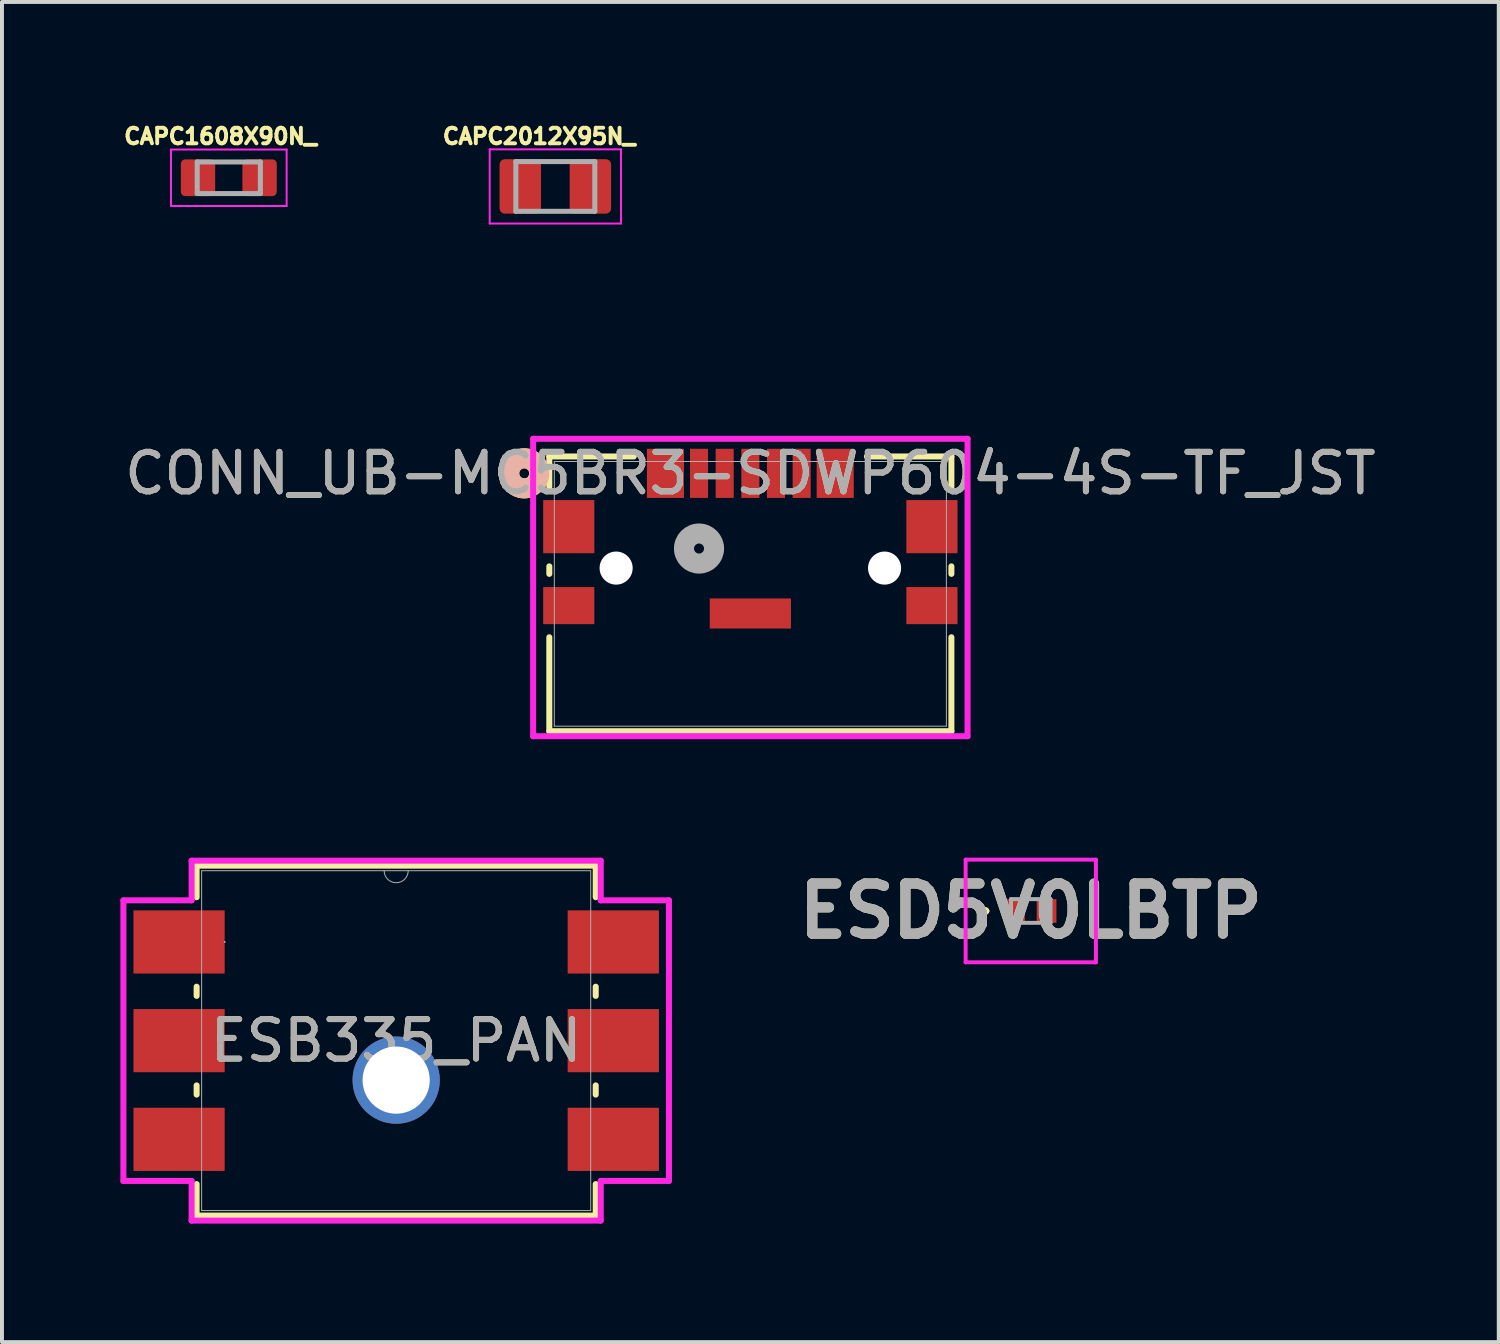
<source format=kicad_pcb>
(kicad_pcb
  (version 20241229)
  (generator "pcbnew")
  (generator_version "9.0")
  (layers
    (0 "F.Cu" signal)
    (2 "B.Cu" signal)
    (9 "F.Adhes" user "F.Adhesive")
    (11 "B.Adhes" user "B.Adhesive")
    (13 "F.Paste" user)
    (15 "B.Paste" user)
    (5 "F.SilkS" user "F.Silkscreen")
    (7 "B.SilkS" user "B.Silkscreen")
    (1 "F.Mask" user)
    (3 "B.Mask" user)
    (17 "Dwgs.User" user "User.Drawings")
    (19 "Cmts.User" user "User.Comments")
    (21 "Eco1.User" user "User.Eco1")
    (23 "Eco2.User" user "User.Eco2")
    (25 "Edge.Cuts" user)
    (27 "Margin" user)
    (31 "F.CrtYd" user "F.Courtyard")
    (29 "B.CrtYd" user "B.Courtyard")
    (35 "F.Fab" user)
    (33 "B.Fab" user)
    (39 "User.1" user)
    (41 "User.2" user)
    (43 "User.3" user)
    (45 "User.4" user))
  (footprint "ESB335_PAN"
    (layer "F.Cu")
    (at 6.986 23.312)
    (property "Reference" "ESB335_PAN" (at 0 0 0) (unlocked yes) (layer "F.SilkS") (effects (font (size 1 1) (thickness 0.15))))
    (attr smd)
    (fp_line (start -5.055 -4.432) (end -5.055 -3.633) (stroke (width 0.152) (type solid)) (layer "F.SilkS"))
    (fp_line (start -5.055 -1.367) (end -5.055 -1.133) (stroke (width 0.152) (type solid)) (layer "F.SilkS"))
    (fp_line (start -5.055 1.133) (end -5.055 1.367) (stroke (width 0.152) (type solid)) (layer "F.SilkS"))
    (fp_line (start -5.055 3.633) (end -5.055 4.432) (stroke (width 0.152) (type solid)) (layer "F.SilkS"))
    (fp_line (start -5.055 4.432) (end 5.055 4.432) (stroke (width 0.152) (type solid)) (layer "F.SilkS"))
    (fp_line (start 5.055 -4.432) (end -5.055 -4.432) (stroke (width 0.152) (type solid)) (layer "F.SilkS"))
    (fp_line (start 5.055 -3.633) (end 5.055 -4.432) (stroke (width 0.152) (type solid)) (layer "F.SilkS"))
    (fp_line (start 5.055 -1.133) (end 5.055 -1.367) (stroke (width 0.152) (type solid)) (layer "F.SilkS"))
    (fp_line (start 5.055 1.367) (end 5.055 1.133) (stroke (width 0.152) (type solid)) (layer "F.SilkS"))
    (fp_line (start 5.055 4.432) (end 5.055 3.633) (stroke (width 0.152) (type solid)) (layer "F.SilkS"))
    (fp_line (start -6.91 -3.554) (end -5.182 -3.554) (stroke (width 0.152) (type solid)) (layer "F.CrtYd"))
    (fp_line (start -6.91 3.554) (end -6.91 -3.554) (stroke (width 0.152) (type solid)) (layer "F.CrtYd"))
    (fp_line (start -6.91 3.554) (end -5.182 3.554) (stroke (width 0.152) (type solid)) (layer "F.CrtYd"))
    (fp_line (start -5.182 -4.559) (end 5.182 -4.559) (stroke (width 0.152) (type solid)) (layer "F.CrtYd"))
    (fp_line (start -5.182 -3.554) (end -5.182 -4.559) (stroke (width 0.152) (type solid)) (layer "F.CrtYd"))
    (fp_line (start -5.182 4.559) (end -5.182 3.554) (stroke (width 0.152) (type solid)) (layer "F.CrtYd"))
    (fp_line (start 5.182 -4.559) (end 5.182 -3.554) (stroke (width 0.152) (type solid)) (layer "F.CrtYd"))
    (fp_line (start 5.182 3.554) (end 5.182 4.559) (stroke (width 0.152) (type solid)) (layer "F.CrtYd"))
    (fp_line (start 5.182 4.559) (end -5.182 4.559) (stroke (width 0.152) (type solid)) (layer "F.CrtYd"))
    (fp_line (start 6.91 -3.554) (end 5.182 -3.554) (stroke (width 0.152) (type solid)) (layer "F.CrtYd"))
    (fp_line (start 6.91 -3.554) (end 6.91 3.554) (stroke (width 0.152) (type solid)) (layer "F.CrtYd"))
    (fp_line (start 6.91 3.554) (end 5.182 3.554) (stroke (width 0.152) (type solid)) (layer "F.CrtYd"))
    (fp_line (start -4.928 -4.305) (end -4.928 4.305) (stroke (width 0.025) (type solid)) (layer "F.Fab"))
    (fp_line (start -4.928 4.305) (end 4.928 4.305) (stroke (width 0.025) (type solid)) (layer "F.Fab"))
    (fp_line (start 4.928 -4.305) (end -4.928 -4.305) (stroke (width 0.025) (type solid)) (layer "F.Fab"))
    (fp_line (start 4.928 4.305) (end 4.928 -4.305) (stroke (width 0.025) (type solid)) (layer "F.Fab"))
    (fp_arc (start 0.3048 -4.3053) (mid 0 -4.0005) (end -0.3048 -4.3053) (stroke (width 0.0254) (type solid)) (layer "F.Fab"))
    (fp_circle (center -4.344 -2.5) (end -4.344 -2.5) (stroke (width 0.025) (type solid)) (fill no) (layer "F.Fab"))
    (fp_text user "${REFERENCE}" (at 0 0 0) (unlocked yes) (layer "F.Fab") (effects (font (size 1 1) (thickness 0.15))))
    (pad "1" smd rect (at -5.5 -2.5) (size 2.311 1.6) (layers "F.Cu" "F.Mask" "F.Paste"))
    (pad "2" smd rect (at -5.5 0) (size 2.311 1.6) (layers "F.Cu" "F.Mask" "F.Paste"))
    (pad "3" smd rect (at -5.5 2.5) (size 2.311 1.6) (layers "F.Cu" "F.Mask" "F.Paste"))
    (pad "4" smd rect (at 5.5 2.5) (size 2.311 1.6) (layers "F.Cu" "F.Mask" "F.Paste"))
    (pad "5" smd rect (at 5.5 0) (size 2.311 1.6) (layers "F.Cu" "F.Mask" "F.Paste"))
    (pad "6" smd rect (at 5.5 -2.5) (size 2.311 1.6) (layers "F.Cu" "F.Mask" "F.Paste"))
    (pad "7" thru_hole circle (at 0 1) (size 2.21 2.21) (drill 1.702) (layers "*.Cu" "*.Mask")))
  (footprint "CAPC1608X90N_"
    (layer "F.Cu")
    (at 2.746 1.453)
    (property "Reference" "CAPC1608X90N_" (at -0.21 -1.05 0) (layer "F.SilkS") (effects (font (size 0.394 0.394) (thickness 0.15))))
    (attr smd)
    (fp_line (start -1.465 -0.715) (end 1.465 -0.715) (stroke (width 0.05) (type solid)) (layer "F.CrtYd"))
    (fp_line (start -1.465 0.715) (end -1.465 -0.715) (stroke (width 0.05) (type solid)) (layer "F.CrtYd"))
    (fp_line (start -1.465 0.715) (end 1.465 0.715) (stroke (width 0.05) (type solid)) (layer "F.CrtYd"))
    (fp_line (start 1.465 0.715) (end 1.465 -0.715) (stroke (width 0.05) (type solid)) (layer "F.CrtYd"))
    (fp_line (start -0.8 0.4) (end -0.8 -0.4) (stroke (width 0.127) (type solid)) (layer "F.Fab"))
    (fp_line (start 0.8 -0.4) (end -0.8 -0.4) (stroke (width 0.127) (type solid)) (layer "F.Fab"))
    (fp_line (start 0.8 0.4) (end -0.8 0.4) (stroke (width 0.127) (type solid)) (layer "F.Fab"))
    (fp_line (start 0.8 0.4) (end 0.8 -0.4) (stroke (width 0.127) (type solid)) (layer "F.Fab"))
    (pad "1" smd roundrect (at -0.78 0) (size 0.87 0.93) (layers "F.Cu" "F.Mask" "F.Paste") (roundrect_rratio 0.125))
    (pad "2" smd roundrect (at 0.78 0) (size 0.87 0.93) (layers "F.Cu" "F.Mask" "F.Paste") (roundrect_rratio 0.125)))
  (footprint "ESD5V0LBTP"
    (layer "F.Cu")
    (at 23.062 20.027)
    (property "Reference" "ESD5V0LBTP" (at 0 0 0) (layer "F.SilkS") (effects (font (size 1.27 1.27) (thickness 0.254))))
    (attr smd)
    (fp_line (start -1.2 0) (end -1.2 0) (stroke (width 0.1) (type solid)) (layer "F.SilkS"))
    (fp_line (start -1.1 0) (end -1.1 0) (stroke (width 0.1) (type solid)) (layer "F.SilkS"))
    (fp_arc (start -1.2 0) (mid -1.15 -0.05) (end -1.1 0) (stroke (width 0.1) (type solid)) (layer "F.SilkS"))
    (fp_arc (start -1.1 0) (mid -1.15 0.05) (end -1.2 0) (stroke (width 0.1) (type solid)) (layer "F.SilkS"))
    (fp_line (start -1.65 -1.3) (end 1.65 -1.3) (stroke (width 0.1) (type solid)) (layer "F.CrtYd"))
    (fp_line (start -1.65 1.3) (end -1.65 -1.3) (stroke (width 0.1) (type solid)) (layer "F.CrtYd"))
    (fp_line (start 1.65 -1.3) (end 1.65 1.3) (stroke (width 0.1) (type solid)) (layer "F.CrtYd"))
    (fp_line (start 1.65 1.3) (end -1.65 1.3) (stroke (width 0.1) (type solid)) (layer "F.CrtYd"))
    (fp_line (start -0.5 -0.3) (end -0.5 0.3) (stroke (width 0.1) (type solid)) (layer "F.Fab"))
    (fp_line (start -0.5 0.3) (end 0.5 0.3) (stroke (width 0.1) (type solid)) (layer "F.Fab"))
    (fp_line (start 0.5 -0.3) (end -0.5 -0.3) (stroke (width 0.1) (type solid)) (layer "F.Fab"))
    (fp_line (start 0.5 0.3) (end 0.5 -0.3) (stroke (width 0.1) (type solid)) (layer "F.Fab"))
    (fp_text user "${REFERENCE}" (at 0 0 0) (layer "F.Fab") (effects (font (size 1.27 1.27) (thickness 0.254))))
    (pad "1" smd rect (at -0.4 0) (size 0.5 0.6) (layers "F.Cu" "F.Mask" "F.Paste"))
    (pad "2" smd rect (at 0.4 0) (size 0.5 0.6) (layers "F.Cu" "F.Mask" "F.Paste")))
  (footprint "CONN_UB-MC5BR3-SDWP604-4S-TF_JST"
    (layer "F.Cu")
    (at 15.958 5.888)
    (property "Reference" "CONN_UB-MC5BR3-SDWP604-4S-TF_JST" (at 0 3.053 0) (unlocked yes) (layer "F.SilkS") (effects (font (size 1 1) (thickness 0.15))))
    (attr smd)
    (fp_line (start -5.093 2.626) (end -5.093 3.397) (stroke (width 0.152) (type solid)) (layer "F.SilkS"))
    (fp_line (start -5.093 5.409) (end -5.093 5.6) (stroke (width 0.152) (type solid)) (layer "F.SilkS"))
    (fp_line (start -5.093 7.205) (end -5.093 9.585) (stroke (width 0.152) (type solid)) (layer "F.SilkS"))
    (fp_line (start -5.093 9.585) (end 5.093 9.585) (stroke (width 0.152) (type solid)) (layer "F.SilkS"))
    (fp_line (start -2.953 2.626) (end -5.093 2.626) (stroke (width 0.152) (type solid)) (layer "F.SilkS"))
    (fp_line (start 5.093 2.626) (end 2.953 2.626) (stroke (width 0.152) (type solid)) (layer "F.SilkS"))
    (fp_line (start 5.093 3.397) (end 5.093 2.626) (stroke (width 0.152) (type solid)) (layer "F.SilkS"))
    (fp_line (start 5.093 5.6) (end 5.093 5.409) (stroke (width 0.152) (type solid)) (layer "F.SilkS"))
    (fp_line (start 5.093 9.585) (end 5.093 7.205) (stroke (width 0.152) (type solid)) (layer "F.SilkS"))
    (fp_arc (start -5.65926 3.427603) (mid -6.020306 2.808787) (end -5.3467 3.052801) (stroke (width 0.508) (type solid)) (layer "F.SilkS"))
    (fp_arc (start -5.3467 3.052801) (mid -5.359397 3.150341) (end -5.396643 3.24138) (stroke (width 0.508) (type solid)) (layer "F.SilkS"))
    (fp_circle (center -5.728 3.053) (end -5.347 3.053) (stroke (width 0.508) (type solid)) (fill no) (layer "B.SilkS"))
    (fp_line (start -5.502 2.177) (end -5.502 9.712) (stroke (width 0.152) (type solid)) (layer "F.CrtYd"))
    (fp_line (start -5.502 9.712) (end 5.502 9.712) (stroke (width 0.152) (type solid)) (layer "F.CrtYd"))
    (fp_line (start 5.502 2.177) (end -5.502 2.177) (stroke (width 0.152) (type solid)) (layer "F.CrtYd"))
    (fp_line (start 5.502 9.712) (end 5.502 2.177) (stroke (width 0.152) (type solid)) (layer "F.CrtYd"))
    (fp_line (start -4.966 2.753) (end -4.966 9.458) (stroke (width 0.025) (type solid)) (layer "F.Fab"))
    (fp_line (start -4.966 9.458) (end 4.966 9.458) (stroke (width 0.025) (type solid)) (layer "F.Fab"))
    (fp_line (start 4.966 2.753) (end -4.966 2.753) (stroke (width 0.025) (type solid)) (layer "F.Fab"))
    (fp_line (start 4.966 9.458) (end 4.966 2.753) (stroke (width 0.025) (type solid)) (layer "F.Fab"))
    (fp_circle (center -1.3 4.958) (end -0.919 4.958) (stroke (width 0.508) (type solid)) (fill no) (layer "F.Fab"))
    (fp_text user "${REFERENCE}" (at 0 3.053 0) (unlocked yes) (layer "F.Fab") (effects (font (size 1 1) (thickness 0.15))))
    (pad "" np_thru_hole circle (at -3.4 5.453) (size 0.838 0.838) (drill 0.838) (layers "*.Cu" "*.Mask"))
    (pad "" np_thru_hole circle (at 3.4 5.453) (size 0.838 0.838) (drill 0.838) (layers "*.Cu" "*.Mask"))
    (pad "1" smd rect (at -1.3 3.053) (size 0.457 1.245) (layers "F.Cu" "F.Mask" "F.Paste"))
    (pad "2" smd rect (at -0.65 3.053) (size 0.457 1.245) (layers "F.Cu" "F.Mask" "F.Paste"))
    (pad "3" smd rect (at 0 3.053) (size 0.457 1.245) (layers "F.Cu" "F.Mask" "F.Paste"))
    (pad "4" smd rect (at 0.65 3.053) (size 0.457 1.245) (layers "F.Cu" "F.Mask" "F.Paste"))
    (pad "5" smd rect (at 1.3 3.053) (size 0.457 1.245) (layers "F.Cu" "F.Mask" "F.Paste"))
    (pad "6" smd rect (at -2.15 3.053) (size 0.94 1.245) (layers "F.Cu" "F.Mask" "F.Paste"))
    (pad "7" smd rect (at 2.15 3.053) (size 0.94 1.245) (layers "F.Cu" "F.Mask" "F.Paste"))
    (pad "8" smd rect (at -4.6 6.403) (size 1.295 0.94) (layers "F.Cu" "F.Mask" "F.Paste"))
    (pad "9" smd rect (at 4.6 6.403) (size 1.295 0.94) (layers "F.Cu" "F.Mask" "F.Paste"))
    (pad "10" smd rect (at -4.6 4.403) (size 1.295 1.346) (layers "F.Cu" "F.Mask" "F.Paste"))
    (pad "11" smd rect (at 4.6 4.403) (size 1.295 1.346) (layers "F.Cu" "F.Mask" "F.Paste"))
    (pad "12" smd rect (at 0 6.603) (size 2.057 0.762) (layers "F.Cu" "F.Mask" "F.Paste")))
  (footprint "CAPC2012X95N_"
    (layer "F.Cu")
    (at 11.018 1.673)
    (property "Reference" "CAPC2012X95N_" (at -0.41 -1.27 0) (layer "F.SilkS") (effects (font (size 0.394 0.394) (thickness 0.15))))
    (attr smd)
    (fp_line (start -1.663 -0.94) (end 1.663 -0.94) (stroke (width 0.05) (type solid)) (layer "F.CrtYd"))
    (fp_line (start -1.663 0.94) (end -1.663 -0.94) (stroke (width 0.05) (type solid)) (layer "F.CrtYd"))
    (fp_line (start -1.663 0.94) (end 1.663 0.94) (stroke (width 0.05) (type solid)) (layer "F.CrtYd"))
    (fp_line (start 1.663 0.94) (end 1.663 -0.94) (stroke (width 0.05) (type solid)) (layer "F.CrtYd"))
    (fp_line (start -1 0.63) (end -1 -0.63) (stroke (width 0.127) (type solid)) (layer "F.Fab"))
    (fp_line (start 1 -0.63) (end -1 -0.63) (stroke (width 0.127) (type solid)) (layer "F.Fab"))
    (fp_line (start 1 0.63) (end -1 0.63) (stroke (width 0.127) (type solid)) (layer "F.Fab"))
    (fp_line (start 1 0.63) (end 1 -0.63) (stroke (width 0.127) (type solid)) (layer "F.Fab"))
    (pad "1" smd roundrect (at -0.888 0) (size 1.05 1.38) (layers "F.Cu" "F.Mask" "F.Paste") (roundrect_rratio 0.125))
    (pad "2" smd roundrect (at 0.888 0) (size 1.05 1.38) (layers "F.Cu" "F.Mask" "F.Paste") (roundrect_rratio 0.125)))
  (gr_rect
    (start -3 -3)
    (end 34.917 30.948)
    (stroke (width 0.1) (type default))
    (fill no)
    (layer "Edge.Cuts")))
</source>
